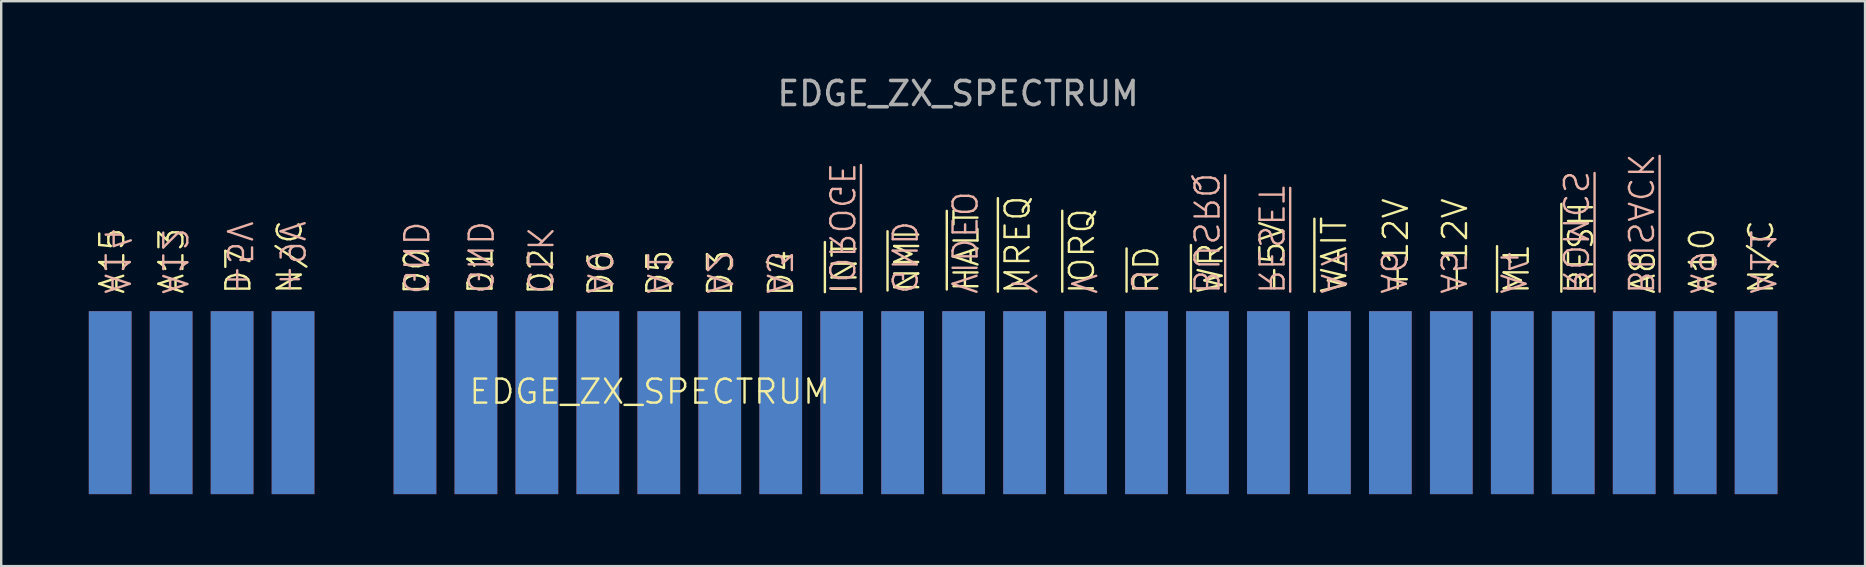
<source format=kicad_pcb>
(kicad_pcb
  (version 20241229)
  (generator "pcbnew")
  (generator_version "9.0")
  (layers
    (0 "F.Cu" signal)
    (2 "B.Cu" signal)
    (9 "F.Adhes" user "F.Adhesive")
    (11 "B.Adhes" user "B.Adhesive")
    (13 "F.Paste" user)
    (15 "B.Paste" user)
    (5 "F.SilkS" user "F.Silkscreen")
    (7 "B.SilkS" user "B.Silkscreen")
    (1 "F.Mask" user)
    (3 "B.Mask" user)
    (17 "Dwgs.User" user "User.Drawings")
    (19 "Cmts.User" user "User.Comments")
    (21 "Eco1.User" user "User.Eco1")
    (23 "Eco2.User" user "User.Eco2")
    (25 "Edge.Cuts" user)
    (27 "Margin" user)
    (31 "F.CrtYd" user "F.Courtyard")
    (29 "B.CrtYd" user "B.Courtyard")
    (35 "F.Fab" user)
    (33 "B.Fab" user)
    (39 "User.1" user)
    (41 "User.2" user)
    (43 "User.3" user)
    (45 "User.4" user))
  (footprint "EDGE_ZX_SPECTRUM"
    (layer "F.Cu")
    (at 36.83 13.908)
    (property "Reference" "EDGE_ZX_SPECTRUM" (at -12.81 -0.64 0) (unlocked yes) (layer "F.SilkS") (effects (font (size 1 1) (thickness 0.1))))
    (fp_text user "A13" (at -32.738 -4.64 90) (unlocked yes) (layer "F.SilkS") (effects (font (size 1 1) (thickness 0.1)) (justify left)))
    (fp_text user "~{WAIT}" (at 15.706 -4.64 90) (unlocked yes) (layer "F.SilkS") (effects (font (size 1 1) (thickness 0.1)) (justify left)))
    (fp_text user "D6" (at -14.86 -4.54 90) (unlocked yes) (layer "F.SilkS") (effects (font (size 1 1) (thickness 0.1)) (justify left)))
    (fp_text user "A8" (at 28.569 -4.64 90) (unlocked yes) (layer "F.SilkS") (effects (font (size 1 1) (thickness 0.1)) (justify left)))
    (fp_text user "~{INT}" (at -4.69 -4.62 90) (unlocked yes) (layer "F.SilkS") (effects (font (size 1 1) (thickness 0.1)) (justify left)))
    (fp_text user "A15" (at -35.203 -4.64 90) (unlocked yes) (layer "F.SilkS") (effects (font (size 1 1) (thickness 0.1)) (justify left)))
    (fp_text user "D7" (at -29.95 -4.63 90) (unlocked yes) (layer "F.SilkS") (effects (font (size 1 1) (thickness 0.1)) (justify left)))
    (fp_text user "D2" (at -17.35 -4.6 90) (unlocked yes) (layer "F.SilkS") (effects (font (size 1 1) (thickness 0.1)) (justify left)))
    (fp_text user "~{MREQ}" (at 2.519 -4.64 90) (unlocked yes) (layer "F.SilkS") (effects (font (size 1 1) (thickness 0.1)) (justify left)))
    (fp_text user "D4" (at -7.34 -4.54 90) (unlocked yes) (layer "F.SilkS") (effects (font (size 1 1) (thickness 0.1)) (justify left)))
    (fp_text user "~{RD}" (at 7.88 -4.64 90) (unlocked yes) (layer "F.SilkS") (effects (font (size 1 1) (thickness 0.1)) (justify left)))
    (fp_text user "-5V" (at 13.134 -4.64 90) (unlocked yes) (layer "F.SilkS") (effects (font (size 1 1) (thickness 0.1)) (justify left)))
    (fp_text user "~{WR}" (at 10.561 -4.64 90) (unlocked yes) (layer "F.SilkS") (effects (font (size 1 1) (thickness 0.1)) (justify left)))
    (fp_text user "~{HALT}" (at 0.39 -4.73 90) (unlocked yes) (layer "F.SilkS") (effects (font (size 1 1) (thickness 0.1)) (justify left)))
    (fp_text user "+12V" (at 18.279 -4.64 90) (unlocked yes) (layer "F.SilkS") (effects (font (size 1 1) (thickness 0.1)) (justify left)))
    (fp_text user "~{M1}" (at 23.316 -4.64 90) (unlocked yes) (layer "F.SilkS") (effects (font (size 1 1) (thickness 0.1)) (justify left)))
    (fp_text user "-12V" (at 20.743 -4.64 90) (unlocked yes) (layer "F.SilkS") (effects (font (size 1 1) (thickness 0.1)) (justify left)))
    (fp_text user "N/C" (at 33.497 -4.64 90) (unlocked yes) (layer "F.SilkS") (effects (font (size 1 1) (thickness 0.1)) (justify left)))
    (fp_text user "D0" (at -22.52 -4.61 90) (unlocked yes) (layer "F.SilkS") (effects (font (size 1 1) (thickness 0.1)) (justify left)))
    (fp_text user "N/C" (at -27.81 -4.64 90) (unlocked yes) (layer "F.SilkS") (effects (font (size 1 1) (thickness 0.1)) (justify left)))
    (fp_text user "D3" (at -9.88 -4.54 90) (unlocked yes) (layer "F.SilkS") (effects (font (size 1 1) (thickness 0.1)) (justify left)))
    (fp_text user "D1" (at -19.86 -4.63 90) (unlocked yes) (layer "F.SilkS") (effects (font (size 1 1) (thickness 0.1)) (justify left)))
    (fp_text user "D5" (at -12.41 -4.54 90) (unlocked yes) (layer "F.SilkS") (effects (font (size 1 1) (thickness 0.1)) (justify left)))
    (fp_text user "~{NMI}" (at -2.08 -4.69 90) (unlocked yes) (layer "F.SilkS") (effects (font (size 1 1) (thickness 0.1)) (justify left)))
    (fp_text user "~{RFSH}" (at 25.996 -4.64 90) (unlocked yes) (layer "F.SilkS") (effects (font (size 1 1) (thickness 0.1)) (justify left)))
    (fp_text user "A10" (at 31.033 -4.64 90) (unlocked yes) (layer "F.SilkS") (effects (font (size 1 1) (thickness 0.1)) (justify left)))
    (fp_text user "~{IORQ}" (at 5.2 -4.64 90) (unlocked yes) (layer "F.SilkS") (effects (font (size 1 1) (thickness 0.1)) (justify left)))
    (fp_text user "A5" (at 20.645 -4.64 270) (unlocked yes) (layer "B.SilkS") (effects (font (size 1 1) (thickness 0.1)) (justify left mirror)))
    (fp_text user "+9V" (at -27.73 -4.64 270) (unlocked yes) (layer "B.SilkS") (effects (font (size 1 1) (thickness 0.1)) (justify left mirror)))
    (fp_text user "A14" (at -35.02 -4.64 270) (unlocked yes) (layer "B.SilkS") (effects (font (size 1 1) (thickness 0.1)) (justify left mirror)))
    (fp_text user "CLK" (at -17.403 -4.64 270) (unlocked yes) (layer "B.SilkS") (effects (font (size 1 1) (thickness 0.1)) (justify left mirror)))
    (fp_text user "A0" (at -14.91 -4.64 270) (unlocked yes) (layer "B.SilkS") (effects (font (size 1 1) (thickness 0.1)) (justify left mirror)))
    (fp_text user "A2" (at -9.923 -4.64 270) (unlocked yes) (layer "B.SilkS") (effects (font (size 1 1) (thickness 0.1)) (justify left mirror)))
    (fp_text user "A3" (at -7.43 -4.64 270) (unlocked yes) (layer "B.SilkS") (effects (font (size 1 1) (thickness 0.1)) (justify left mirror)))
    (fp_text user "~{IOROGE}" (at -4.828 -4.64 270) (unlocked yes) (layer "B.SilkS") (effects (font (size 1 1) (thickness 0.1)) (justify left mirror)))
    (fp_text user "VIDEO" (at 0.266 -4.64 270) (unlocked yes) (layer "B.SilkS") (effects (font (size 1 1) (thickness 0.1)) (justify left mirror)))
    (fp_text user "~{BUSACK}" (at 28.45 -4.64 270) (unlocked yes) (layer "B.SilkS") (effects (font (size 1 1) (thickness 0.1)) (justify left mirror)))
    (fp_text user "Y" (at 2.76 -4.64 270) (unlocked yes) (layer "B.SilkS") (effects (font (size 1 1) (thickness 0.1)) (justify left mirror)))
    (fp_text user "~{RESET}" (at 13.057 -4.64 270) (unlocked yes) (layer "B.SilkS") (effects (font (size 1 1) (thickness 0.1)) (justify left mirror)))
    (fp_text user "A11" (at 33.545 -4.64 270) (unlocked yes) (layer "B.SilkS") (effects (font (size 1 1) (thickness 0.1)) (justify left mirror)))
    (fp_text user "U" (at 7.746 -4.64 270) (unlocked yes) (layer "B.SilkS") (effects (font (size 1 1) (thickness 0.1)) (justify left mirror)))
    (fp_text user "GND" (at -19.896 -4.64 270) (unlocked yes) (layer "B.SilkS") (effects (font (size 1 1) (thickness 0.1)) (justify left mirror)))
    (fp_text user "A7" (at 15.659 -4.64 270) (unlocked yes) (layer "B.SilkS") (effects (font (size 1 1) (thickness 0.1)) (justify left mirror)))
    (fp_text user "GND" (at -22.58 -4.62 270) (unlocked yes) (layer "B.SilkS") (effects (font (size 1 1) (thickness 0.1)) (justify left mirror)))
    (fp_text user "~{BUSRQ}" (at 10.348 -4.64 270) (unlocked yes) (layer "B.SilkS") (effects (font (size 1 1) (thickness 0.1)) (justify left mirror)))
    (fp_text user "A12" (at -32.62 -4.63 270) (unlocked yes) (layer "B.SilkS") (effects (font (size 1 1) (thickness 0.1)) (justify left mirror)))
    (fp_text user "+5V" (at -29.92 -4.63 270) (unlocked yes) (layer "B.SilkS") (effects (font (size 1 1) (thickness 0.1)) (justify left mirror)))
    (fp_text user "V" (at 5.253 -4.64 270) (unlocked yes) (layer "B.SilkS") (effects (font (size 1 1) (thickness 0.1)) (justify left mirror)))
    (fp_text user "A1" (at -12.416 -4.64 270) (unlocked yes) (layer "B.SilkS") (effects (font (size 1 1) (thickness 0.1)) (justify left mirror)))
    (fp_text user "A4" (at 23.139 -4.64 270) (unlocked yes) (layer "B.SilkS") (effects (font (size 1 1) (thickness 0.1)) (justify left mirror)))
    (fp_text user "GND" (at -2.227 -4.64 270) (unlocked yes) (layer "B.SilkS") (effects (font (size 1 1) (thickness 0.1)) (justify left mirror)))
    (fp_text user "A9" (at 31.052 -4.64 270) (unlocked yes) (layer "B.SilkS") (effects (font (size 1 1) (thickness 0.1)) (justify left mirror)))
    (fp_text user "~{ROMCS}" (at 25.74 -4.64 270) (unlocked yes) (layer "B.SilkS") (effects (font (size 1 1) (thickness 0.1)) (justify left mirror)))
    (fp_text user "A6" (at 18.152 -4.64 270) (unlocked yes) (layer "B.SilkS") (effects (font (size 1 1) (thickness 0.1)) (justify left mirror)))
    (fp_text user "${REFERENCE}" (at 0.04 -13.06 0) (unlocked yes) (layer "F.Fab") (effects (font (size 1 1) (thickness 0.15))))
    (pad "A1" connect rect (at -35.29 -0.18 180) (size 1.778 7.62) (layers "B.Cu" "B.Mask"))
    (pad "A2" connect rect (at -32.75 -0.18 180) (size 1.778 7.62) (layers "B.Cu" "B.Mask"))
    (pad "A3" connect rect (at -30.21 -0.18 180) (size 1.778 7.62) (layers "B.Cu" "B.Mask"))
    (pad "A4" connect rect (at -27.67 -0.18 180) (size 1.778 7.62) (layers "B.Cu" "B.Mask"))
    (pad "A6" connect rect (at -22.59 -0.18 180) (size 1.778 7.62) (layers "B.Cu" "B.Mask"))
    (pad "A7" connect rect (at -20.05 -0.18 180) (size 1.778 7.62) (layers "B.Cu" "B.Mask"))
    (pad "A8" connect rect (at -17.51 -0.18 180) (size 1.778 7.62) (layers "B.Cu" "B.Mask"))
    (pad "A9" connect rect (at -14.97 -0.18 180) (size 1.778 7.62) (layers "B.Cu" "B.Mask"))
    (pad "A10" connect rect (at -12.43 -0.18 180) (size 1.778 7.62) (layers "B.Cu" "B.Mask"))
    (pad "A11" connect rect (at -9.89 -0.18 180) (size 1.778 7.62) (layers "B.Cu" "B.Mask"))
    (pad "A12" connect rect (at -7.35 -0.18 180) (size 1.778 7.62) (layers "B.Cu" "B.Mask"))
    (pad "A13" connect rect (at -4.81 -0.18 180) (size 1.778 7.62) (layers "B.Cu" "B.Mask"))
    (pad "A14" connect rect (at -2.27 -0.18 180) (size 1.778 7.62) (layers "B.Cu" "B.Mask"))
    (pad "A15" connect rect (at 0.27 -0.18 180) (size 1.778 7.62) (layers "B.Cu" "B.Mask"))
    (pad "A16" connect rect (at 2.81 -0.18 180) (size 1.778 7.62) (layers "B.Cu" "B.Mask"))
    (pad "A17" connect rect (at 5.35 -0.18 180) (size 1.778 7.62) (layers "B.Cu" "B.Mask"))
    (pad "A18" connect rect (at 7.89 -0.18 180) (size 1.778 7.62) (layers "B.Cu" "B.Mask"))
    (pad "A19" connect rect (at 10.43 -0.18 180) (size 1.778 7.62) (layers "B.Cu" "B.Mask"))
    (pad "A20" connect rect (at 12.97 -0.18 180) (size 1.778 7.62) (layers "B.Cu" "B.Mask"))
    (pad "A21" connect rect (at 15.51 -0.18 180) (size 1.778 7.62) (layers "B.Cu" "B.Mask"))
    (pad "A22" connect rect (at 18.05 -0.18 180) (size 1.778 7.62) (layers "B.Cu" "B.Mask"))
    (pad "A23" connect rect (at 20.59 -0.18 180) (size 1.778 7.62) (layers "B.Cu" "B.Mask"))
    (pad "A24" connect rect (at 23.13 -0.18 180) (size 1.778 7.62) (layers "B.Cu" "B.Mask"))
    (pad "A25" connect rect (at 25.67 -0.18 180) (size 1.778 7.62) (layers "B.Cu" "B.Mask"))
    (pad "A26" connect rect (at 28.21 -0.18 180) (size 1.778 7.62) (layers "B.Cu" "B.Mask"))
    (pad "A27" connect rect (at 30.75 -0.18 180) (size 1.778 7.62) (layers "B.Cu" "B.Mask"))
    (pad "A28" connect rect (at 33.29 -0.18 180) (size 1.778 7.62) (layers "B.Cu" "B.Mask"))
    (pad "B1" connect rect (at -35.29 -0.18 180) (size 1.778 7.62) (layers "F.Cu" "F.Mask"))
    (pad "B2" connect rect (at -32.75 -0.18 180) (size 1.778 7.62) (layers "F.Cu" "F.Mask"))
    (pad "B3" connect rect (at -30.21 -0.18 180) (size 1.778 7.62) (layers "F.Cu" "F.Mask"))
    (pad "B4" connect rect (at -27.67 -0.18 180) (size 1.778 7.62) (layers "F.Cu" "F.Mask"))
    (pad "B6" connect rect (at -22.59 -0.18 180) (size 1.778 7.62) (layers "F.Cu" "F.Mask"))
    (pad "B7" connect rect (at -20.05 -0.18 180) (size 1.778 7.62) (layers "F.Cu" "F.Mask"))
    (pad "B8" connect rect (at -17.51 -0.18 180) (size 1.778 7.62) (layers "F.Cu" "F.Mask"))
    (pad "B9" connect rect (at -14.97 -0.18 180) (size 1.778 7.62) (layers "F.Cu" "F.Mask"))
    (pad "B10" connect rect (at -12.43 -0.18 180) (size 1.778 7.62) (layers "F.Cu" "F.Mask"))
    (pad "B11" connect rect (at -9.89 -0.18 180) (size 1.778 7.62) (layers "F.Cu" "F.Mask"))
    (pad "B12" connect rect (at -7.35 -0.18 180) (size 1.778 7.62) (layers "F.Cu" "F.Mask"))
    (pad "B13" connect rect (at -4.81 -0.18 180) (size 1.778 7.62) (layers "F.Cu" "F.Mask"))
    (pad "B14" connect rect (at -2.27 -0.18 180) (size 1.778 7.62) (layers "F.Cu" "F.Mask"))
    (pad "B15" connect rect (at 0.27 -0.18 180) (size 1.778 7.62) (layers "F.Cu" "F.Mask"))
    (pad "B16" connect rect (at 2.81 -0.18 180) (size 1.778 7.62) (layers "F.Cu" "F.Mask"))
    (pad "B17" connect rect (at 5.35 -0.18 180) (size 1.778 7.62) (layers "F.Cu" "F.Mask"))
    (pad "B18" connect rect (at 7.89 -0.18 180) (size 1.778 7.62) (layers "F.Cu" "F.Mask"))
    (pad "B19" connect rect (at 10.43 -0.18 180) (size 1.778 7.62) (layers "F.Cu" "F.Mask"))
    (pad "B20" connect rect (at 12.97 -0.18 180) (size 1.778 7.62) (layers "F.Cu" "F.Mask"))
    (pad "B21" connect rect (at 15.51 -0.18 180) (size 1.778 7.62) (layers "F.Cu" "F.Mask"))
    (pad "B22" connect rect (at 18.05 -0.18 180) (size 1.778 7.62) (layers "F.Cu" "F.Mask"))
    (pad "B23" connect rect (at 20.59 -0.18 180) (size 1.778 7.62) (layers "F.Cu" "F.Mask"))
    (pad "B24" connect rect (at 23.13 -0.18 180) (size 1.778 7.62) (layers "F.Cu" "F.Mask"))
    (pad "B25" connect rect (at 25.67 -0.18 180) (size 1.778 7.62) (layers "F.Cu" "F.Mask"))
    (pad "B26" connect rect (at 28.21 -0.18 180) (size 1.778 7.62) (layers "F.Cu" "F.Mask"))
    (pad "B27" connect rect (at 30.75 -0.18 180) (size 1.778 7.62) (layers "F.Cu" "F.Mask"))
    (pad "B28" connect rect (at 33.29 -0.18 180) (size 1.778 7.62) (layers "F.Cu" "F.Mask"))
    (zone (net_name "") (layer "F.Cu") (hatch edge 0.5) (connect_pads) (min_thickness 0.25) (filled_areas_thickness no) (keepout (tracks not_allowed) (vias not_allowed) (pads not_allowed) (copperpour not_allowed) (footprints not_allowed)) (placement (enabled no)) (fill) (polygon (pts (xy 0.01 9.938) (xy 0.58 9.928) (xy 0.58 17.188) (xy 0.01 17.188))))
    (zone (net_name "") (layer "F.Cu") (hatch edge 0.5) (connect_pads) (min_thickness 0.25) (filled_areas_thickness no) (keepout (tracks not_allowed) (vias not_allowed) (pads not_allowed) (copperpour not_allowed) (footprints not_allowed)) (placement (enabled no)) (fill) (polygon (pts (xy 2.53 9.938) (xy 3.1 9.928) (xy 3.1 17.188) (xy 2.53 17.188))))
    (zone (net_name "") (layer "F.Cu") (hatch edge 0.5) (connect_pads) (min_thickness 0.25) (filled_areas_thickness no) (keepout (tracks not_allowed) (vias not_allowed) (pads not_allowed) (copperpour not_allowed) (footprints not_allowed)) (placement (enabled no)) (fill) (polygon (pts (xy 5.07 9.938) (xy 5.64 9.928) (xy 5.64 17.188) (xy 5.07 17.188))))
    (zone (net_name "") (layer "F.Cu") (hatch edge 0.5) (connect_pads) (min_thickness 0.25) (filled_areas_thickness no) (keepout (tracks not_allowed) (vias not_allowed) (pads not_allowed) (copperpour not_allowed) (footprints not_allowed)) (placement (enabled no)) (fill) (polygon (pts (xy 7.62 9.928) (xy 8.19 9.918) (xy 8.19 17.178) (xy 7.62 17.178))))
    (zone (net_name "") (layer "F.Cu") (hatch edge 0.5) (connect_pads) (min_thickness 0.25) (filled_areas_thickness no) (keepout (tracks not_allowed) (vias not_allowed) (pads not_allowed) (copperpour not_allowed) (footprints not_allowed)) (placement (enabled no)) (fill) (polygon (pts (xy 10.14 9.918) (xy 10.71 9.908) (xy 10.71 17.168) (xy 10.14 17.168))))
    (zone (net_name "") (layer "F.Cu") (hatch edge 0.5) (connect_pads) (min_thickness 0.25) (filled_areas_thickness no) (keepout (tracks not_allowed) (vias not_allowed) (pads not_allowed) (copperpour not_allowed) (footprints not_allowed)) (placement (enabled no)) (fill) (polygon (pts (xy 12.73 9.928) (xy 13.3 9.918) (xy 13.3 17.178) (xy 12.73 17.178))))
    (zone (net_name "") (layer "F.Cu") (hatch edge 0.5) (connect_pads) (min_thickness 0.25) (filled_areas_thickness no) (keepout (tracks not_allowed) (vias not_allowed) (pads not_allowed) (copperpour not_allowed) (footprints not_allowed)) (placement (enabled no)) (fill) (polygon (pts (xy 15.23 9.938) (xy 15.8 9.928) (xy 15.8 17.188) (xy 15.23 17.188))))
    (zone (net_name "") (layer "F.Cu") (hatch edge 0.5) (connect_pads) (min_thickness 0.25) (filled_areas_thickness no) (keepout (tracks not_allowed) (vias not_allowed) (pads not_allowed) (copperpour not_allowed) (footprints not_allowed)) (placement (enabled no)) (fill) (polygon (pts (xy 17.77 9.938) (xy 18.34 9.928) (xy 18.34 17.188) (xy 17.77 17.188))))
    (zone (net_name "") (layer "F.Cu") (hatch edge 0.5) (connect_pads) (min_thickness 0.25) (filled_areas_thickness no) (keepout (tracks not_allowed) (vias not_allowed) (pads not_allowed) (copperpour not_allowed) (footprints not_allowed)) (placement (enabled no)) (fill) (polygon (pts (xy 20.31 9.938) (xy 20.88 9.928) (xy 20.88 17.188) (xy 20.31 17.188))))
    (zone (net_name "") (layer "F.Cu") (hatch edge 0.5) (connect_pads) (min_thickness 0.25) (filled_areas_thickness no) (keepout (tracks not_allowed) (vias not_allowed) (pads not_allowed) (copperpour not_allowed) (footprints not_allowed)) (placement (enabled no)) (fill) (polygon (pts (xy 22.86 9.938) (xy 23.43 9.928) (xy 23.43 17.188) (xy 22.86 17.188))))
    (zone (net_name "") (layer "F.Cu") (hatch edge 0.5) (connect_pads) (min_thickness 0.25) (filled_areas_thickness no) (keepout (tracks not_allowed) (vias not_allowed) (pads not_allowed) (copperpour not_allowed) (footprints not_allowed)) (placement (enabled no)) (fill) (polygon (pts (xy 25.39 9.928) (xy 25.96 9.918) (xy 25.96 17.178) (xy 25.39 17.178))))
    (zone (net_name "") (layer "F.Cu") (hatch edge 0.5) (connect_pads) (min_thickness 0.25) (filled_areas_thickness no) (keepout (tracks not_allowed) (vias not_allowed) (pads not_allowed) (copperpour not_allowed) (footprints not_allowed)) (placement (enabled no)) (fill) (polygon (pts (xy 27.92 9.938) (xy 28.49 9.928) (xy 28.49 17.188) (xy 27.92 17.188))))
    (zone (net_name "") (layer "F.Cu") (hatch edge 0.5) (connect_pads) (min_thickness 0.25) (filled_areas_thickness no) (keepout (tracks not_allowed) (vias not_allowed) (pads not_allowed) (copperpour not_allowed) (footprints not_allowed)) (placement (enabled no)) (fill) (polygon (pts (xy 30.47 9.938) (xy 31.04 9.928) (xy 31.04 17.188) (xy 30.47 17.188))))
    (zone (net_name "") (layer "F.Cu") (hatch edge 0.5) (connect_pads) (min_thickness 0.25) (filled_areas_thickness no) (keepout (tracks not_allowed) (vias not_allowed) (pads not_allowed) (copperpour not_allowed) (footprints not_allowed)) (placement (enabled no)) (fill) (polygon (pts (xy 33.01 9.928) (xy 33.58 9.918) (xy 33.58 17.178) (xy 33.01 17.178))))
    (zone (net_name "") (layer "F.Cu") (hatch edge 0.5) (connect_pads) (min_thickness 0.25) (filled_areas_thickness no) (keepout (tracks not_allowed) (vias not_allowed) (pads not_allowed) (copperpour not_allowed) (footprints not_allowed)) (placement (enabled no)) (fill) (polygon (pts (xy 35.55 9.928) (xy 36.12 9.918) (xy 36.12 17.178) (xy 35.55 17.178))))
    (zone (net_name "") (layer "F.Cu") (hatch edge 0.5) (connect_pads) (min_thickness 0.25) (filled_areas_thickness no) (keepout (tracks not_allowed) (vias not_allowed) (pads not_allowed) (copperpour not_allowed) (footprints not_allowed)) (placement (enabled no)) (fill) (polygon (pts (xy 38.09 9.928) (xy 38.66 9.918) (xy 38.66 17.178) (xy 38.09 17.178))))
    (zone (net_name "") (layer "F.Cu") (hatch edge 0.5) (connect_pads) (min_thickness 0.25) (filled_areas_thickness no) (keepout (tracks not_allowed) (vias not_allowed) (pads not_allowed) (copperpour not_allowed) (footprints not_allowed)) (placement (enabled no)) (fill) (polygon (pts (xy 40.64 9.938) (xy 41.21 9.928) (xy 41.21 17.188) (xy 40.64 17.188))))
    (zone (net_name "") (layer "F.Cu") (hatch edge 0.5) (connect_pads) (min_thickness 0.25) (filled_areas_thickness no) (keepout (tracks not_allowed) (vias not_allowed) (pads not_allowed) (copperpour not_allowed) (footprints not_allowed)) (placement (enabled no)) (fill) (polygon (pts (xy 43.17 9.938) (xy 43.74 9.928) (xy 43.74 17.188) (xy 43.17 17.188))))
    (zone (net_name "") (layer "F.Cu") (hatch edge 0.5) (connect_pads) (min_thickness 0.25) (filled_areas_thickness no) (keepout (tracks not_allowed) (vias not_allowed) (pads not_allowed) (copperpour not_allowed) (footprints not_allowed)) (placement (enabled no)) (fill) (polygon (pts (xy 45.71 9.938) (xy 46.28 9.928) (xy 46.28 17.188) (xy 45.71 17.188))))
    (zone (net_name "") (layer "F.Cu") (hatch edge 0.5) (connect_pads) (min_thickness 0.25) (filled_areas_thickness no) (keepout (tracks not_allowed) (vias not_allowed) (pads not_allowed) (copperpour not_allowed) (footprints not_allowed)) (placement (enabled no)) (fill) (polygon (pts (xy 48.25 9.938) (xy 48.82 9.928) (xy 48.82 17.188) (xy 48.25 17.188))))
    (zone (net_name "") (layer "F.Cu") (hatch edge 0.5) (connect_pads) (min_thickness 0.25) (filled_areas_thickness no) (keepout (tracks not_allowed) (vias not_allowed) (pads not_allowed) (copperpour not_allowed) (footprints not_allowed)) (placement (enabled no)) (fill) (polygon (pts (xy 50.8 9.938) (xy 51.37 9.928) (xy 51.37 17.188) (xy 50.8 17.188))))
    (zone (net_name "") (layer "F.Cu") (hatch edge 0.5) (connect_pads) (min_thickness 0.25) (filled_areas_thickness no) (keepout (tracks not_allowed) (vias not_allowed) (pads not_allowed) (copperpour not_allowed) (footprints not_allowed)) (placement (enabled no)) (fill) (polygon (pts (xy 53.33 9.948) (xy 53.9 9.938) (xy 53.9 17.198) (xy 53.33 17.198))))
    (zone (net_name "") (layer "F.Cu") (hatch edge 0.5) (connect_pads) (min_thickness 0.25) (filled_areas_thickness no) (keepout (tracks not_allowed) (vias not_allowed) (pads not_allowed) (copperpour not_allowed) (footprints not_allowed)) (placement (enabled no)) (fill) (polygon (pts (xy 55.87 9.938) (xy 56.44 9.928) (xy 56.44 17.188) (xy 55.87 17.188))))
    (zone (net_name "") (layer "F.Cu") (hatch edge 0.5) (connect_pads) (min_thickness 0.25) (filled_areas_thickness no) (keepout (tracks not_allowed) (vias not_allowed) (pads not_allowed) (copperpour not_allowed) (footprints not_allowed)) (placement (enabled no)) (fill) (polygon (pts (xy 58.41 9.938) (xy 58.98 9.928) (xy 58.98 17.188) (xy 58.41 17.188))))
    (zone (net_name "") (layer "F.Cu") (hatch edge 0.5) (connect_pads) (min_thickness 0.25) (filled_areas_thickness no) (keepout (tracks not_allowed) (vias not_allowed) (pads not_allowed) (copperpour not_allowed) (footprints not_allowed)) (placement (enabled no)) (fill) (polygon (pts (xy 60.95 9.928) (xy 61.52 9.918) (xy 61.52 17.178) (xy 60.95 17.178))))
    (zone (net_name "") (layer "F.Cu") (hatch edge 0.5) (connect_pads) (min_thickness 0.25) (filled_areas_thickness no) (keepout (tracks not_allowed) (vias not_allowed) (pads not_allowed) (copperpour not_allowed) (footprints not_allowed)) (placement (enabled no)) (fill) (polygon (pts (xy 63.49 9.928) (xy 64.06 9.918) (xy 64.06 17.178) (xy 63.49 17.178))))
    (zone (net_name "") (layer "F.Cu") (hatch edge 0.5) (connect_pads) (min_thickness 0.25) (filled_areas_thickness no) (keepout (tracks not_allowed) (vias not_allowed) (pads not_allowed) (copperpour not_allowed) (footprints not_allowed)) (placement (enabled no)) (fill) (polygon (pts (xy 66.03 9.928) (xy 66.6 9.918) (xy 66.6 17.178) (xy 66.03 17.178))))
    (zone (net_name "") (layer "F.Cu") (hatch edge 0.5) (connect_pads) (min_thickness 0.25) (filled_areas_thickness no) (keepout (tracks not_allowed) (vias not_allowed) (pads not_allowed) (copperpour not_allowed) (footprints not_allowed)) (placement (enabled no)) (fill) (polygon (pts (xy 68.57 9.928) (xy 69.14 9.918) (xy 69.14 17.178) (xy 68.57 17.178))))
    (zone (net_name "") (layer "F.Cu") (hatch edge 0.5) (connect_pads) (min_thickness 0.25) (filled_areas_thickness no) (keepout (tracks not_allowed) (vias not_allowed) (pads not_allowed) (copperpour not_allowed) (footprints not_allowed)) (placement (enabled no)) (fill) (polygon (pts (xy 71.09 9.938) (xy 71.66 9.928) (xy 71.66 17.188) (xy 71.09 17.188))))
    (zone (net_name "") (layer "B.Cu") (hatch edge 0.5) (connect_pads) (min_thickness 0.25) (filled_areas_thickness no) (keepout (tracks not_allowed) (vias not_allowed) (pads not_allowed) (copperpour not_allowed) (footprints not_allowed)) (placement (enabled no)) (fill) (polygon (pts (xy 0.57 9.938) (xy 0 9.928) (xy 0 17.188) (xy 0.57 17.188))))
    (zone (net_name "") (layer "B.Cu") (hatch edge 0.5) (connect_pads) (min_thickness 0.25) (filled_areas_thickness no) (keepout (tracks not_allowed) (vias not_allowed) (pads not_allowed) (copperpour not_allowed) (footprints not_allowed)) (placement (enabled no)) (fill) (polygon (pts (xy 3.1 9.928) (xy 2.53 9.918) (xy 2.53 17.178) (xy 3.1 17.178))))
    (zone (net_name "") (layer "B.Cu") (hatch edge 0.5) (connect_pads) (min_thickness 0.25) (filled_areas_thickness no) (keepout (tracks not_allowed) (vias not_allowed) (pads not_allowed) (copperpour not_allowed) (footprints not_allowed)) (placement (enabled no)) (fill) (polygon (pts (xy 5.64 9.928) (xy 5.07 9.918) (xy 5.07 17.178) (xy 5.64 17.178))))
    (zone (net_name "") (layer "B.Cu") (hatch edge 0.5) (connect_pads) (min_thickness 0.25) (filled_areas_thickness no) (keepout (tracks not_allowed) (vias not_allowed) (pads not_allowed) (copperpour not_allowed) (footprints not_allowed)) (placement (enabled no)) (fill) (polygon (pts (xy 8.19 9.918) (xy 7.62 9.908) (xy 7.62 17.168) (xy 8.19 17.168))))
    (zone (net_name "") (layer "B.Cu") (hatch edge 0.5) (connect_pads) (min_thickness 0.25) (filled_areas_thickness no) (keepout (tracks not_allowed) (vias not_allowed) (pads not_allowed) (copperpour not_allowed) (footprints not_allowed)) (placement (enabled no)) (fill) (polygon (pts (xy 10.71 9.908) (xy 10.14 9.898) (xy 10.14 17.158) (xy 10.71 17.158))))
    (zone (net_name "") (layer "B.Cu") (hatch edge 0.5) (connect_pads) (min_thickness 0.25) (filled_areas_thickness no) (keepout (tracks not_allowed) (vias not_allowed) (pads not_allowed) (copperpour not_allowed) (footprints not_allowed)) (placement (enabled no)) (fill) (polygon (pts (xy 13.3 9.918) (xy 12.73 9.908) (xy 12.73 17.168) (xy 13.3 17.168))))
    (zone (net_name "") (layer "B.Cu") (hatch edge 0.5) (connect_pads) (min_thickness 0.25) (filled_areas_thickness no) (keepout (tracks not_allowed) (vias not_allowed) (pads not_allowed) (copperpour not_allowed) (footprints not_allowed)) (placement (enabled no)) (fill) (polygon (pts (xy 15.8 9.928) (xy 15.23 9.918) (xy 15.23 17.178) (xy 15.8 17.178))))
    (zone (net_name "") (layer "B.Cu") (hatch edge 0.5) (connect_pads) (min_thickness 0.25) (filled_areas_thickness no) (keepout (tracks not_allowed) (vias not_allowed) (pads not_allowed) (copperpour not_allowed) (footprints not_allowed)) (placement (enabled no)) (fill) (polygon (pts (xy 18.34 9.928) (xy 17.77 9.918) (xy 17.77 17.178) (xy 18.34 17.178))))
    (zone (net_name "") (layer "B.Cu") (hatch edge 0.5) (connect_pads) (min_thickness 0.25) (filled_areas_thickness no) (keepout (tracks not_allowed) (vias not_allowed) (pads not_allowed) (copperpour not_allowed) (footprints not_allowed)) (placement (enabled no)) (fill) (polygon (pts (xy 20.88 9.928) (xy 20.31 9.918) (xy 20.31 17.178) (xy 20.88 17.178))))
    (zone (net_name "") (layer "B.Cu") (hatch edge 0.5) (connect_pads) (min_thickness 0.25) (filled_areas_thickness no) (keepout (tracks not_allowed) (vias not_allowed) (pads not_allowed) (copperpour not_allowed) (footprints not_allowed)) (placement (enabled no)) (fill) (polygon (pts (xy 23.43 9.928) (xy 22.86 9.918) (xy 22.86 17.178) (xy 23.43 17.178))))
    (zone (net_name "") (layer "B.Cu") (hatch edge 0.5) (connect_pads) (min_thickness 0.25) (filled_areas_thickness no) (keepout (tracks not_allowed) (vias not_allowed) (pads not_allowed) (copperpour not_allowed) (footprints not_allowed)) (placement (enabled no)) (fill) (polygon (pts (xy 25.96 9.918) (xy 25.39 9.908) (xy 25.39 17.168) (xy 25.96 17.168))))
    (zone (net_name "") (layer "B.Cu") (hatch edge 0.5) (connect_pads) (min_thickness 0.25) (filled_areas_thickness no) (keepout (tracks not_allowed) (vias not_allowed) (pads not_allowed) (copperpour not_allowed) (footprints not_allowed)) (placement (enabled no)) (fill) (polygon (pts (xy 28.49 9.928) (xy 27.92 9.918) (xy 27.92 17.178) (xy 28.49 17.178))))
    (zone (net_name "") (layer "B.Cu") (hatch edge 0.5) (connect_pads) (min_thickness 0.25) (filled_areas_thickness no) (keepout (tracks not_allowed) (vias not_allowed) (pads not_allowed) (copperpour not_allowed) (footprints not_allowed)) (placement (enabled no)) (fill) (polygon (pts (xy 31.04 9.928) (xy 30.47 9.918) (xy 30.47 17.178) (xy 31.04 17.178))))
    (zone (net_name "") (layer "B.Cu") (hatch edge 0.5) (connect_pads) (min_thickness 0.25) (filled_areas_thickness no) (keepout (tracks not_allowed) (vias not_allowed) (pads not_allowed) (copperpour not_allowed) (footprints not_allowed)) (placement (enabled no)) (fill) (polygon (pts (xy 33.58 9.918) (xy 33.01 9.908) (xy 33.01 17.168) (xy 33.58 17.168))))
    (zone (net_name "") (layer "B.Cu") (hatch edge 0.5) (connect_pads) (min_thickness 0.25) (filled_areas_thickness no) (keepout (tracks not_allowed) (vias not_allowed) (pads not_allowed) (copperpour not_allowed) (footprints not_allowed)) (placement (enabled no)) (fill) (polygon (pts (xy 36.12 9.918) (xy 35.55 9.908) (xy 35.55 17.168) (xy 36.12 17.168))))
    (zone (net_name "") (layer "B.Cu") (hatch edge 0.5) (connect_pads) (min_thickness 0.25) (filled_areas_thickness no) (keepout (tracks not_allowed) (vias not_allowed) (pads not_allowed) (copperpour not_allowed) (footprints not_allowed)) (placement (enabled no)) (fill) (polygon (pts (xy 38.66 9.918) (xy 38.09 9.908) (xy 38.09 17.168) (xy 38.66 17.168))))
    (zone (net_name "") (layer "B.Cu") (hatch edge 0.5) (connect_pads) (min_thickness 0.25) (filled_areas_thickness no) (keepout (tracks not_allowed) (vias not_allowed) (pads not_allowed) (copperpour not_allowed) (footprints not_allowed)) (placement (enabled no)) (fill) (polygon (pts (xy 41.21 9.928) (xy 40.64 9.918) (xy 40.64 17.178) (xy 41.21 17.178))))
    (zone (net_name "") (layer "B.Cu") (hatch edge 0.5) (connect_pads) (min_thickness 0.25) (filled_areas_thickness no) (keepout (tracks not_allowed) (vias not_allowed) (pads not_allowed) (copperpour not_allowed) (footprints not_allowed)) (placement (enabled no)) (fill) (polygon (pts (xy 43.74 9.928) (xy 43.17 9.918) (xy 43.17 17.178) (xy 43.74 17.178))))
    (zone (net_name "") (layer "B.Cu") (hatch edge 0.5) (connect_pads) (min_thickness 0.25) (filled_areas_thickness no) (keepout (tracks not_allowed) (vias not_allowed) (pads not_allowed) (copperpour not_allowed) (footprints not_allowed)) (placement (enabled no)) (fill) (polygon (pts (xy 46.28 9.928) (xy 45.71 9.918) (xy 45.71 17.178) (xy 46.28 17.178))))
    (zone (net_name "") (layer "B.Cu") (hatch edge 0.5) (connect_pads) (min_thickness 0.25) (filled_areas_thickness no) (keepout (tracks not_allowed) (vias not_allowed) (pads not_allowed) (copperpour not_allowed) (footprints not_allowed)) (placement (enabled no)) (fill) (polygon (pts (xy 48.82 9.928) (xy 48.25 9.918) (xy 48.25 17.178) (xy 48.82 17.178))))
    (zone (net_name "") (layer "B.Cu") (hatch edge 0.5) (connect_pads) (min_thickness 0.25) (filled_areas_thickness no) (keepout (tracks not_allowed) (vias not_allowed) (pads not_allowed) (copperpour not_allowed) (footprints not_allowed)) (placement (enabled no)) (fill) (polygon (pts (xy 51.37 9.928) (xy 50.8 9.918) (xy 50.8 17.178) (xy 51.37 17.178))))
    (zone (net_name "") (layer "B.Cu") (hatch edge 0.5) (connect_pads) (min_thickness 0.25) (filled_areas_thickness no) (keepout (tracks not_allowed) (vias not_allowed) (pads not_allowed) (copperpour not_allowed) (footprints not_allowed)) (placement (enabled no)) (fill) (polygon (pts (xy 53.9 9.938) (xy 53.33 9.928) (xy 53.33 17.188) (xy 53.9 17.188))))
    (zone (net_name "") (layer "B.Cu") (hatch edge 0.5) (connect_pads) (min_thickness 0.25) (filled_areas_thickness no) (keepout (tracks not_allowed) (vias not_allowed) (pads not_allowed) (copperpour not_allowed) (footprints not_allowed)) (placement (enabled no)) (fill) (polygon (pts (xy 56.44 9.928) (xy 55.87 9.918) (xy 55.87 17.178) (xy 56.44 17.178))))
    (zone (net_name "") (layer "B.Cu") (hatch edge 0.5) (connect_pads) (min_thickness 0.25) (filled_areas_thickness no) (keepout (tracks not_allowed) (vias not_allowed) (pads not_allowed) (copperpour not_allowed) (footprints not_allowed)) (placement (enabled no)) (fill) (polygon (pts (xy 58.98 9.928) (xy 58.41 9.918) (xy 58.41 17.178) (xy 58.98 17.178))))
    (zone (net_name "") (layer "B.Cu") (hatch edge 0.5) (connect_pads) (min_thickness 0.25) (filled_areas_thickness no) (keepout (tracks not_allowed) (vias not_allowed) (pads not_allowed) (copperpour not_allowed) (footprints not_allowed)) (placement (enabled no)) (fill) (polygon (pts (xy 61.52 9.918) (xy 60.95 9.908) (xy 60.95 17.168) (xy 61.52 17.168))))
    (zone (net_name "") (layer "B.Cu") (hatch edge 0.5) (connect_pads) (min_thickness 0.25) (filled_areas_thickness no) (keepout (tracks not_allowed) (vias not_allowed) (pads not_allowed) (copperpour not_allowed) (footprints not_allowed)) (placement (enabled no)) (fill) (polygon (pts (xy 64.06 9.918) (xy 63.49 9.908) (xy 63.49 17.168) (xy 64.06 17.168))))
    (zone (net_name "") (layer "B.Cu") (hatch edge 0.5) (connect_pads) (min_thickness 0.25) (filled_areas_thickness no) (keepout (tracks not_allowed) (vias not_allowed) (pads not_allowed) (copperpour not_allowed) (footprints not_allowed)) (placement (enabled no)) (fill) (polygon (pts (xy 66.6 9.918) (xy 66.03 9.908) (xy 66.03 17.168) (xy 66.6 17.168))))
    (zone (net_name "") (layer "B.Cu") (hatch edge 0.5) (connect_pads) (min_thickness 0.25) (filled_areas_thickness no) (keepout (tracks not_allowed) (vias not_allowed) (pads not_allowed) (copperpour not_allowed) (footprints not_allowed)) (placement (enabled no)) (fill) (polygon (pts (xy 69.14 9.918) (xy 68.57 9.908) (xy 68.57 17.168) (xy 69.14 17.168))))
    (zone (net_name "") (layer "B.Cu") (hatch edge 0.5) (connect_pads) (min_thickness 0.25) (filled_areas_thickness no) (keepout (tracks not_allowed) (vias not_allowed) (pads not_allowed) (copperpour not_allowed) (footprints not_allowed)) (placement (enabled no)) (fill) (polygon (pts (xy 71.66 9.928) (xy 71.09 9.918) (xy 71.09 17.178) (xy 71.66 17.178)))))
  (gr_rect
    (start -3 -3)
    (end 74.66 20.538)
    (stroke (width 0.1) (type default))
    (fill no)
    (layer "Edge.Cuts")))
</source>
